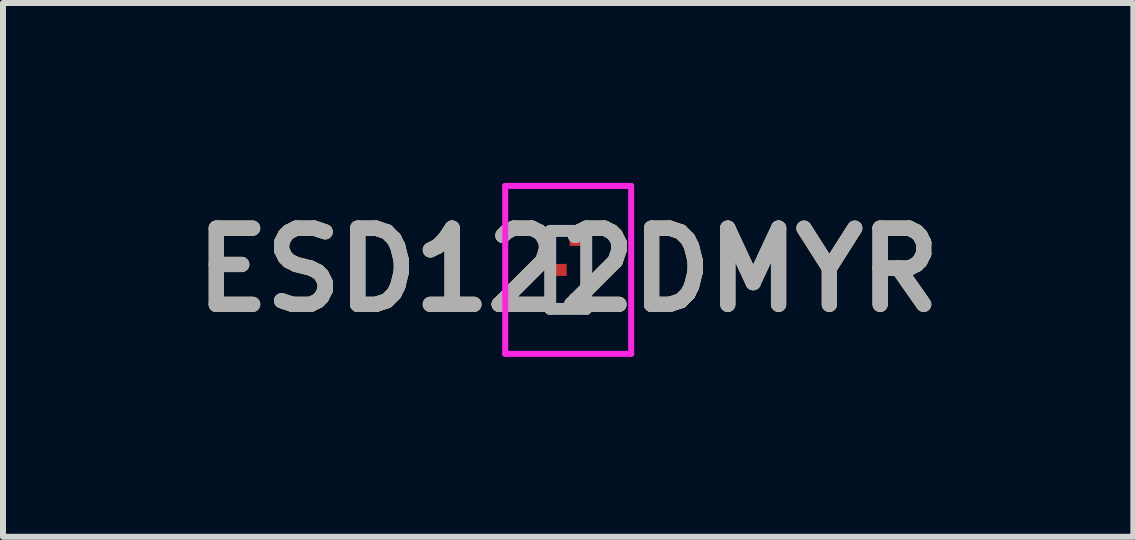
<source format=kicad_pcb>
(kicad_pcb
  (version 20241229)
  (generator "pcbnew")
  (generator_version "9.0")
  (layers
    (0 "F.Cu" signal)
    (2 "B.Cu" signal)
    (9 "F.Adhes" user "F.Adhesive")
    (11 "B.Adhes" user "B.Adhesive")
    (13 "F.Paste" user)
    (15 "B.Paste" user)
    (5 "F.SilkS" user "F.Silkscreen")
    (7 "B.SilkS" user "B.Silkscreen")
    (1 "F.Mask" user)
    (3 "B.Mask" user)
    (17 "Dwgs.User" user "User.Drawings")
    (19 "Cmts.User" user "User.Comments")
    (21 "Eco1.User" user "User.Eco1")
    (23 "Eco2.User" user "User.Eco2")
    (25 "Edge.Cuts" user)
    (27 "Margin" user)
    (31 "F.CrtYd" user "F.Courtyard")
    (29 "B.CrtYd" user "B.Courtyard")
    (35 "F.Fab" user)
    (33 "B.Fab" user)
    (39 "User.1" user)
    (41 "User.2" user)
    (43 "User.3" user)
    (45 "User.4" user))
  (footprint "ESD122DMYR"
    (layer "F.Cu")
    (at 6.423 1.45)
    (property "Reference" "ESD122DMYR" (at 0 0 0) (layer "F.SilkS") (effects (font (size 1.27 1.27) (thickness 0.254))))
    (attr smd)
    (fp_line (start -0.6 -0.027) (end -0.6 -0.027) (stroke (width 0.049) (type solid)) (layer "F.SilkS"))
    (fp_line (start -0.55 -0.027) (end -0.55 -0.027) (stroke (width 0.049) (type solid)) (layer "F.SilkS"))
    (fp_arc (start -0.6 -0.027) (mid -0.575 -0.052) (end -0.55 -0.027) (stroke (width 0.04934) (type solid)) (layer "F.SilkS"))
    (fp_arc (start -0.55 -0.027) (mid -0.575 -0.002) (end -0.6 -0.027) (stroke (width 0.04934) (type solid)) (layer "F.SilkS"))
    (fp_line (start -1.05 -1.4) (end 1.05 -1.4) (stroke (width 0.1) (type solid)) (layer "F.CrtYd"))
    (fp_line (start -1.05 1.4) (end -1.05 -1.4) (stroke (width 0.1) (type solid)) (layer "F.CrtYd"))
    (fp_line (start 1.05 -1.4) (end 1.05 1.4) (stroke (width 0.1) (type solid)) (layer "F.CrtYd"))
    (fp_line (start 1.05 1.4) (end -1.05 1.4) (stroke (width 0.1) (type solid)) (layer "F.CrtYd"))
    (fp_line (start -0.3 -0.65) (end 0.3 -0.65) (stroke (width 0.2) (type solid)) (layer "F.Fab"))
    (fp_line (start -0.3 0.65) (end -0.3 -0.65) (stroke (width 0.2) (type solid)) (layer "F.Fab"))
    (fp_line (start 0.3 -0.65) (end 0.3 0.65) (stroke (width 0.2) (type solid)) (layer "F.Fab"))
    (fp_line (start 0.3 0.65) (end -0.3 0.65) (stroke (width 0.2) (type solid)) (layer "F.Fab"))
    (fp_text user "${REFERENCE}" (at 0 0 0) (layer "F.Fab") (effects (font (size 1.27 1.27) (thickness 0.254))))
    (pad "1" smd rect (at -0.125 0 90) (size 0.2 0.2) (layers "F.Cu" "F.Mask" "F.Paste"))
    (pad "2" smd rect (at 0.125 0.5 90) (size 0.2 0.2) (layers "F.Cu" "F.Mask" "F.Paste"))
    (pad "3" smd rect (at 0.125 -0.5 90) (size 0.2 0.2) (layers "F.Cu" "F.Mask" "F.Paste")))
  (gr_rect
    (start -3 -3)
    (end 15.845 5.9)
    (stroke (width 0.1) (type default))
    (fill no)
    (layer "Edge.Cuts")))
</source>
